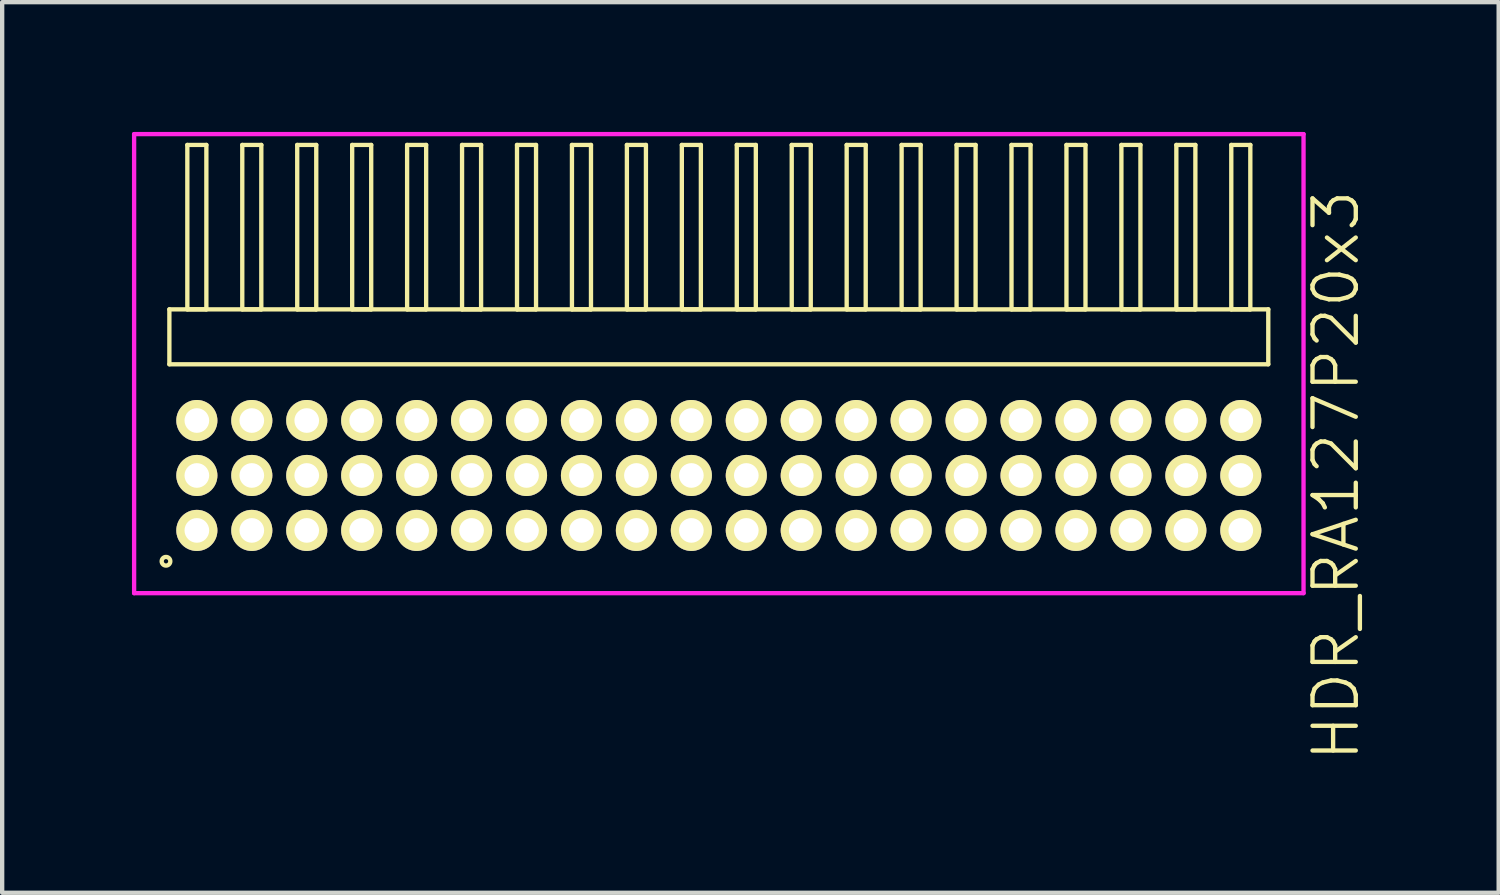
<source format=kicad_pcb>
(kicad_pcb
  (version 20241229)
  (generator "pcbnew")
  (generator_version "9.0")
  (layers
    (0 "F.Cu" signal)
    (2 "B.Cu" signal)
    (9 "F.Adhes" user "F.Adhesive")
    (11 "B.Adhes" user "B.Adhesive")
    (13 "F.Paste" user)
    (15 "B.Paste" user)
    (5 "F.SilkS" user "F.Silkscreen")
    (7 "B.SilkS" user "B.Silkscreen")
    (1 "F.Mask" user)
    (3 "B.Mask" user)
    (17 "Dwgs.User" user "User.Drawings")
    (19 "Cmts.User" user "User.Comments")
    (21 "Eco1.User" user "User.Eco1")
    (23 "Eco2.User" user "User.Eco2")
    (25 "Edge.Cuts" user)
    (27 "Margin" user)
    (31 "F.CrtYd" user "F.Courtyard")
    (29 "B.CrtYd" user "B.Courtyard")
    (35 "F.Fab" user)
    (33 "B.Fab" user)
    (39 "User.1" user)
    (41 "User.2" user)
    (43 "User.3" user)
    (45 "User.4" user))
  (footprint "HDR_RA127P20x3"
    (layer "F.Cu")
    (at 13.565 7.94)
    (property "Reference" "HDR_RA127P20x3" (at 14.265 0 90) (layer "F.SilkS") (effects (font (size 1 1) (thickness 0.1))))
    (attr through_hole)
    (fp_line (start -12.7 -3.84) (end -12.7 -2.57) (stroke (width 0.1) (type solid)) (layer "F.SilkS"))
    (fp_line (start -12.7 -2.57) (end 12.7 -2.57) (stroke (width 0.1) (type solid)) (layer "F.SilkS"))
    (fp_line (start -12.285 -7.64) (end -12.285 -3.84) (stroke (width 0.1) (type solid)) (layer "F.SilkS"))
    (fp_line (start -12.285 -3.84) (end -11.845 -3.84) (stroke (width 0.1) (type solid)) (layer "F.SilkS"))
    (fp_line (start -11.845 -7.64) (end -12.285 -7.64) (stroke (width 0.1) (type solid)) (layer "F.SilkS"))
    (fp_line (start -11.845 -3.84) (end -11.845 -7.64) (stroke (width 0.1) (type solid)) (layer "F.SilkS"))
    (fp_line (start -11.015 -7.64) (end -11.015 -3.84) (stroke (width 0.1) (type solid)) (layer "F.SilkS"))
    (fp_line (start -11.015 -3.84) (end -10.575 -3.84) (stroke (width 0.1) (type solid)) (layer "F.SilkS"))
    (fp_line (start -10.575 -7.64) (end -11.015 -7.64) (stroke (width 0.1) (type solid)) (layer "F.SilkS"))
    (fp_line (start -10.575 -3.84) (end -10.575 -7.64) (stroke (width 0.1) (type solid)) (layer "F.SilkS"))
    (fp_line (start -9.745 -7.64) (end -9.745 -3.84) (stroke (width 0.1) (type solid)) (layer "F.SilkS"))
    (fp_line (start -9.745 -3.84) (end -9.305 -3.84) (stroke (width 0.1) (type solid)) (layer "F.SilkS"))
    (fp_line (start -9.305 -7.64) (end -9.745 -7.64) (stroke (width 0.1) (type solid)) (layer "F.SilkS"))
    (fp_line (start -9.305 -3.84) (end -9.305 -7.64) (stroke (width 0.1) (type solid)) (layer "F.SilkS"))
    (fp_line (start -8.475 -7.64) (end -8.475 -3.84) (stroke (width 0.1) (type solid)) (layer "F.SilkS"))
    (fp_line (start -8.475 -3.84) (end -8.035 -3.84) (stroke (width 0.1) (type solid)) (layer "F.SilkS"))
    (fp_line (start -8.035 -7.64) (end -8.475 -7.64) (stroke (width 0.1) (type solid)) (layer "F.SilkS"))
    (fp_line (start -8.035 -3.84) (end -8.035 -7.64) (stroke (width 0.1) (type solid)) (layer "F.SilkS"))
    (fp_line (start -7.205 -7.64) (end -7.205 -3.84) (stroke (width 0.1) (type solid)) (layer "F.SilkS"))
    (fp_line (start -7.205 -3.84) (end -6.765 -3.84) (stroke (width 0.1) (type solid)) (layer "F.SilkS"))
    (fp_line (start -6.765 -7.64) (end -7.205 -7.64) (stroke (width 0.1) (type solid)) (layer "F.SilkS"))
    (fp_line (start -6.765 -3.84) (end -6.765 -7.64) (stroke (width 0.1) (type solid)) (layer "F.SilkS"))
    (fp_line (start -5.935 -7.64) (end -5.935 -3.84) (stroke (width 0.1) (type solid)) (layer "F.SilkS"))
    (fp_line (start -5.935 -3.84) (end -5.495 -3.84) (stroke (width 0.1) (type solid)) (layer "F.SilkS"))
    (fp_line (start -5.495 -7.64) (end -5.935 -7.64) (stroke (width 0.1) (type solid)) (layer "F.SilkS"))
    (fp_line (start -5.495 -3.84) (end -5.495 -7.64) (stroke (width 0.1) (type solid)) (layer "F.SilkS"))
    (fp_line (start -4.665 -7.64) (end -4.665 -3.84) (stroke (width 0.1) (type solid)) (layer "F.SilkS"))
    (fp_line (start -4.665 -3.84) (end -4.225 -3.84) (stroke (width 0.1) (type solid)) (layer "F.SilkS"))
    (fp_line (start -4.225 -7.64) (end -4.665 -7.64) (stroke (width 0.1) (type solid)) (layer "F.SilkS"))
    (fp_line (start -4.225 -3.84) (end -4.225 -7.64) (stroke (width 0.1) (type solid)) (layer "F.SilkS"))
    (fp_line (start -3.395 -7.64) (end -3.395 -3.84) (stroke (width 0.1) (type solid)) (layer "F.SilkS"))
    (fp_line (start -3.395 -3.84) (end -2.955 -3.84) (stroke (width 0.1) (type solid)) (layer "F.SilkS"))
    (fp_line (start -2.955 -7.64) (end -3.395 -7.64) (stroke (width 0.1) (type solid)) (layer "F.SilkS"))
    (fp_line (start -2.955 -3.84) (end -2.955 -7.64) (stroke (width 0.1) (type solid)) (layer "F.SilkS"))
    (fp_line (start -2.125 -7.64) (end -2.125 -3.84) (stroke (width 0.1) (type solid)) (layer "F.SilkS"))
    (fp_line (start -2.125 -3.84) (end -1.685 -3.84) (stroke (width 0.1) (type solid)) (layer "F.SilkS"))
    (fp_line (start -1.685 -7.64) (end -2.125 -7.64) (stroke (width 0.1) (type solid)) (layer "F.SilkS"))
    (fp_line (start -1.685 -3.84) (end -1.685 -7.64) (stroke (width 0.1) (type solid)) (layer "F.SilkS"))
    (fp_line (start -0.855 -7.64) (end -0.855 -3.84) (stroke (width 0.1) (type solid)) (layer "F.SilkS"))
    (fp_line (start -0.855 -3.84) (end -0.415 -3.84) (stroke (width 0.1) (type solid)) (layer "F.SilkS"))
    (fp_line (start -0.415 -7.64) (end -0.855 -7.64) (stroke (width 0.1) (type solid)) (layer "F.SilkS"))
    (fp_line (start -0.415 -3.84) (end -0.415 -7.64) (stroke (width 0.1) (type solid)) (layer "F.SilkS"))
    (fp_line (start 0.415 -7.64) (end 0.415 -3.84) (stroke (width 0.1) (type solid)) (layer "F.SilkS"))
    (fp_line (start 0.415 -3.84) (end 0.855 -3.84) (stroke (width 0.1) (type solid)) (layer "F.SilkS"))
    (fp_line (start 0.855 -7.64) (end 0.415 -7.64) (stroke (width 0.1) (type solid)) (layer "F.SilkS"))
    (fp_line (start 0.855 -3.84) (end 0.855 -7.64) (stroke (width 0.1) (type solid)) (layer "F.SilkS"))
    (fp_line (start 1.685 -7.64) (end 1.685 -3.84) (stroke (width 0.1) (type solid)) (layer "F.SilkS"))
    (fp_line (start 1.685 -3.84) (end 2.125 -3.84) (stroke (width 0.1) (type solid)) (layer "F.SilkS"))
    (fp_line (start 2.125 -7.64) (end 1.685 -7.64) (stroke (width 0.1) (type solid)) (layer "F.SilkS"))
    (fp_line (start 2.125 -3.84) (end 2.125 -7.64) (stroke (width 0.1) (type solid)) (layer "F.SilkS"))
    (fp_line (start 2.955 -7.64) (end 2.955 -3.84) (stroke (width 0.1) (type solid)) (layer "F.SilkS"))
    (fp_line (start 2.955 -3.84) (end 3.395 -3.84) (stroke (width 0.1) (type solid)) (layer "F.SilkS"))
    (fp_line (start 3.395 -7.64) (end 2.955 -7.64) (stroke (width 0.1) (type solid)) (layer "F.SilkS"))
    (fp_line (start 3.395 -3.84) (end 3.395 -7.64) (stroke (width 0.1) (type solid)) (layer "F.SilkS"))
    (fp_line (start 4.225 -7.64) (end 4.225 -3.84) (stroke (width 0.1) (type solid)) (layer "F.SilkS"))
    (fp_line (start 4.225 -3.84) (end 4.665 -3.84) (stroke (width 0.1) (type solid)) (layer "F.SilkS"))
    (fp_line (start 4.665 -7.64) (end 4.225 -7.64) (stroke (width 0.1) (type solid)) (layer "F.SilkS"))
    (fp_line (start 4.665 -3.84) (end 4.665 -7.64) (stroke (width 0.1) (type solid)) (layer "F.SilkS"))
    (fp_line (start 5.495 -7.64) (end 5.495 -3.84) (stroke (width 0.1) (type solid)) (layer "F.SilkS"))
    (fp_line (start 5.495 -3.84) (end 5.935 -3.84) (stroke (width 0.1) (type solid)) (layer "F.SilkS"))
    (fp_line (start 5.935 -7.64) (end 5.495 -7.64) (stroke (width 0.1) (type solid)) (layer "F.SilkS"))
    (fp_line (start 5.935 -3.84) (end 5.935 -7.64) (stroke (width 0.1) (type solid)) (layer "F.SilkS"))
    (fp_line (start 6.765 -7.64) (end 6.765 -3.84) (stroke (width 0.1) (type solid)) (layer "F.SilkS"))
    (fp_line (start 6.765 -3.84) (end 7.205 -3.84) (stroke (width 0.1) (type solid)) (layer "F.SilkS"))
    (fp_line (start 7.205 -7.64) (end 6.765 -7.64) (stroke (width 0.1) (type solid)) (layer "F.SilkS"))
    (fp_line (start 7.205 -3.84) (end 7.205 -7.64) (stroke (width 0.1) (type solid)) (layer "F.SilkS"))
    (fp_line (start 8.035 -7.64) (end 8.035 -3.84) (stroke (width 0.1) (type solid)) (layer "F.SilkS"))
    (fp_line (start 8.035 -3.84) (end 8.475 -3.84) (stroke (width 0.1) (type solid)) (layer "F.SilkS"))
    (fp_line (start 8.475 -7.64) (end 8.035 -7.64) (stroke (width 0.1) (type solid)) (layer "F.SilkS"))
    (fp_line (start 8.475 -3.84) (end 8.475 -7.64) (stroke (width 0.1) (type solid)) (layer "F.SilkS"))
    (fp_line (start 9.305 -7.64) (end 9.305 -3.84) (stroke (width 0.1) (type solid)) (layer "F.SilkS"))
    (fp_line (start 9.305 -3.84) (end 9.745 -3.84) (stroke (width 0.1) (type solid)) (layer "F.SilkS"))
    (fp_line (start 9.745 -7.64) (end 9.305 -7.64) (stroke (width 0.1) (type solid)) (layer "F.SilkS"))
    (fp_line (start 9.745 -3.84) (end 9.745 -7.64) (stroke (width 0.1) (type solid)) (layer "F.SilkS"))
    (fp_line (start 10.575 -7.64) (end 10.575 -3.84) (stroke (width 0.1) (type solid)) (layer "F.SilkS"))
    (fp_line (start 10.575 -3.84) (end 11.015 -3.84) (stroke (width 0.1) (type solid)) (layer "F.SilkS"))
    (fp_line (start 11.015 -7.64) (end 10.575 -7.64) (stroke (width 0.1) (type solid)) (layer "F.SilkS"))
    (fp_line (start 11.015 -3.84) (end 11.015 -7.64) (stroke (width 0.1) (type solid)) (layer "F.SilkS"))
    (fp_line (start 11.845 -7.64) (end 11.845 -3.84) (stroke (width 0.1) (type solid)) (layer "F.SilkS"))
    (fp_line (start 11.845 -3.84) (end 12.285 -3.84) (stroke (width 0.1) (type solid)) (layer "F.SilkS"))
    (fp_line (start 12.285 -7.64) (end 11.845 -7.64) (stroke (width 0.1) (type solid)) (layer "F.SilkS"))
    (fp_line (start 12.285 -3.84) (end 12.285 -7.64) (stroke (width 0.1) (type solid)) (layer "F.SilkS"))
    (fp_line (start 12.7 -3.84) (end -12.7 -3.84) (stroke (width 0.1) (type solid)) (layer "F.SilkS"))
    (fp_line (start 12.7 -2.57) (end 12.7 -3.84) (stroke (width 0.1) (type solid)) (layer "F.SilkS"))
    (fp_circle (center -12.778 1.983) (end -12.678 1.983) (stroke (width 0.1) (type solid)) (fill no) (layer "F.SilkS"))
    (fp_line (start -13.515 -7.89) (end -13.515 2.72) (stroke (width 0.1) (type solid)) (layer "F.CrtYd"))
    (fp_line (start -13.515 2.72) (end 13.515 2.72) (stroke (width 0.1) (type solid)) (layer "F.CrtYd"))
    (fp_line (start 13.515 -7.89) (end -13.515 -7.89) (stroke (width 0.1) (type solid)) (layer "F.CrtYd"))
    (fp_line (start 13.515 2.72) (end 13.515 -7.89) (stroke (width 0.1) (type solid)) (layer "F.CrtYd"))
    (pad "1" thru_hole oval (at -12.065 1.27) (size 0.95 0.95) (drill 0.57) (layers "*.Cu" "*.Mask" "F.SilkS"))
    (pad "2" thru_hole oval (at -12.065 0) (size 0.95 0.95) (drill 0.57) (layers "*.Cu" "*.Mask" "F.SilkS"))
    (pad "3" thru_hole oval (at -12.065 -1.27) (size 0.95 0.95) (drill 0.57) (layers "*.Cu" "*.Mask" "F.SilkS"))
    (pad "4" thru_hole oval (at -10.795 1.27) (size 0.95 0.95) (drill 0.57) (layers "*.Cu" "*.Mask" "F.SilkS"))
    (pad "5" thru_hole oval (at -10.795 0) (size 0.95 0.95) (drill 0.57) (layers "*.Cu" "*.Mask" "F.SilkS"))
    (pad "6" thru_hole oval (at -10.795 -1.27) (size 0.95 0.95) (drill 0.57) (layers "*.Cu" "*.Mask" "F.SilkS"))
    (pad "7" thru_hole oval (at -9.525 1.27) (size 0.95 0.95) (drill 0.57) (layers "*.Cu" "*.Mask" "F.SilkS"))
    (pad "8" thru_hole oval (at -9.525 0) (size 0.95 0.95) (drill 0.57) (layers "*.Cu" "*.Mask" "F.SilkS"))
    (pad "9" thru_hole oval (at -9.525 -1.27) (size 0.95 0.95) (drill 0.57) (layers "*.Cu" "*.Mask" "F.SilkS"))
    (pad "10" thru_hole oval (at -8.255 1.27) (size 0.95 0.95) (drill 0.57) (layers "*.Cu" "*.Mask" "F.SilkS"))
    (pad "11" thru_hole oval (at -8.255 0) (size 0.95 0.95) (drill 0.57) (layers "*.Cu" "*.Mask" "F.SilkS"))
    (pad "12" thru_hole oval (at -8.255 -1.27) (size 0.95 0.95) (drill 0.57) (layers "*.Cu" "*.Mask" "F.SilkS"))
    (pad "13" thru_hole oval (at -6.985 1.27) (size 0.95 0.95) (drill 0.57) (layers "*.Cu" "*.Mask" "F.SilkS"))
    (pad "14" thru_hole oval (at -6.985 0) (size 0.95 0.95) (drill 0.57) (layers "*.Cu" "*.Mask" "F.SilkS"))
    (pad "15" thru_hole oval (at -6.985 -1.27) (size 0.95 0.95) (drill 0.57) (layers "*.Cu" "*.Mask" "F.SilkS"))
    (pad "16" thru_hole oval (at -5.715 1.27) (size 0.95 0.95) (drill 0.57) (layers "*.Cu" "*.Mask" "F.SilkS"))
    (pad "17" thru_hole oval (at -5.715 0) (size 0.95 0.95) (drill 0.57) (layers "*.Cu" "*.Mask" "F.SilkS"))
    (pad "18" thru_hole oval (at -5.715 -1.27) (size 0.95 0.95) (drill 0.57) (layers "*.Cu" "*.Mask" "F.SilkS"))
    (pad "19" thru_hole oval (at -4.445 1.27) (size 0.95 0.95) (drill 0.57) (layers "*.Cu" "*.Mask" "F.SilkS"))
    (pad "20" thru_hole oval (at -4.445 0) (size 0.95 0.95) (drill 0.57) (layers "*.Cu" "*.Mask" "F.SilkS"))
    (pad "21" thru_hole oval (at -4.445 -1.27) (size 0.95 0.95) (drill 0.57) (layers "*.Cu" "*.Mask" "F.SilkS"))
    (pad "22" thru_hole oval (at -3.175 1.27) (size 0.95 0.95) (drill 0.57) (layers "*.Cu" "*.Mask" "F.SilkS"))
    (pad "23" thru_hole oval (at -3.175 0) (size 0.95 0.95) (drill 0.57) (layers "*.Cu" "*.Mask" "F.SilkS"))
    (pad "24" thru_hole oval (at -3.175 -1.27) (size 0.95 0.95) (drill 0.57) (layers "*.Cu" "*.Mask" "F.SilkS"))
    (pad "25" thru_hole oval (at -1.905 1.27) (size 0.95 0.95) (drill 0.57) (layers "*.Cu" "*.Mask" "F.SilkS"))
    (pad "26" thru_hole oval (at -1.905 0) (size 0.95 0.95) (drill 0.57) (layers "*.Cu" "*.Mask" "F.SilkS"))
    (pad "27" thru_hole oval (at -1.905 -1.27) (size 0.95 0.95) (drill 0.57) (layers "*.Cu" "*.Mask" "F.SilkS"))
    (pad "28" thru_hole oval (at -0.635 1.27) (size 0.95 0.95) (drill 0.57) (layers "*.Cu" "*.Mask" "F.SilkS"))
    (pad "29" thru_hole oval (at -0.635 0) (size 0.95 0.95) (drill 0.57) (layers "*.Cu" "*.Mask" "F.SilkS"))
    (pad "30" thru_hole oval (at -0.635 -1.27) (size 0.95 0.95) (drill 0.57) (layers "*.Cu" "*.Mask" "F.SilkS"))
    (pad "31" thru_hole oval (at 0.635 1.27) (size 0.95 0.95) (drill 0.57) (layers "*.Cu" "*.Mask" "F.SilkS"))
    (pad "32" thru_hole oval (at 0.635 0) (size 0.95 0.95) (drill 0.57) (layers "*.Cu" "*.Mask" "F.SilkS"))
    (pad "33" thru_hole oval (at 0.635 -1.27) (size 0.95 0.95) (drill 0.57) (layers "*.Cu" "*.Mask" "F.SilkS"))
    (pad "34" thru_hole oval (at 1.905 1.27) (size 0.95 0.95) (drill 0.57) (layers "*.Cu" "*.Mask" "F.SilkS"))
    (pad "35" thru_hole oval (at 1.905 0) (size 0.95 0.95) (drill 0.57) (layers "*.Cu" "*.Mask" "F.SilkS"))
    (pad "36" thru_hole oval (at 1.905 -1.27) (size 0.95 0.95) (drill 0.57) (layers "*.Cu" "*.Mask" "F.SilkS"))
    (pad "37" thru_hole oval (at 3.175 1.27) (size 0.95 0.95) (drill 0.57) (layers "*.Cu" "*.Mask" "F.SilkS"))
    (pad "38" thru_hole oval (at 3.175 0) (size 0.95 0.95) (drill 0.57) (layers "*.Cu" "*.Mask" "F.SilkS"))
    (pad "39" thru_hole oval (at 3.175 -1.27) (size 0.95 0.95) (drill 0.57) (layers "*.Cu" "*.Mask" "F.SilkS"))
    (pad "40" thru_hole oval (at 4.445 1.27) (size 0.95 0.95) (drill 0.57) (layers "*.Cu" "*.Mask" "F.SilkS"))
    (pad "41" thru_hole oval (at 4.445 0) (size 0.95 0.95) (drill 0.57) (layers "*.Cu" "*.Mask" "F.SilkS"))
    (pad "42" thru_hole oval (at 4.445 -1.27) (size 0.95 0.95) (drill 0.57) (layers "*.Cu" "*.Mask" "F.SilkS"))
    (pad "43" thru_hole oval (at 5.715 1.27) (size 0.95 0.95) (drill 0.57) (layers "*.Cu" "*.Mask" "F.SilkS"))
    (pad "44" thru_hole oval (at 5.715 0) (size 0.95 0.95) (drill 0.57) (layers "*.Cu" "*.Mask" "F.SilkS"))
    (pad "45" thru_hole oval (at 5.715 -1.27) (size 0.95 0.95) (drill 0.57) (layers "*.Cu" "*.Mask" "F.SilkS"))
    (pad "46" thru_hole oval (at 6.985 1.27) (size 0.95 0.95) (drill 0.57) (layers "*.Cu" "*.Mask" "F.SilkS"))
    (pad "47" thru_hole oval (at 6.985 0) (size 0.95 0.95) (drill 0.57) (layers "*.Cu" "*.Mask" "F.SilkS"))
    (pad "48" thru_hole oval (at 6.985 -1.27) (size 0.95 0.95) (drill 0.57) (layers "*.Cu" "*.Mask" "F.SilkS"))
    (pad "49" thru_hole oval (at 8.255 1.27) (size 0.95 0.95) (drill 0.57) (layers "*.Cu" "*.Mask" "F.SilkS"))
    (pad "50" thru_hole oval (at 8.255 0) (size 0.95 0.95) (drill 0.57) (layers "*.Cu" "*.Mask" "F.SilkS"))
    (pad "51" thru_hole oval (at 8.255 -1.27) (size 0.95 0.95) (drill 0.57) (layers "*.Cu" "*.Mask" "F.SilkS"))
    (pad "52" thru_hole oval (at 9.525 1.27) (size 0.95 0.95) (drill 0.57) (layers "*.Cu" "*.Mask" "F.SilkS"))
    (pad "53" thru_hole oval (at 9.525 0) (size 0.95 0.95) (drill 0.57) (layers "*.Cu" "*.Mask" "F.SilkS"))
    (pad "54" thru_hole oval (at 9.525 -1.27) (size 0.95 0.95) (drill 0.57) (layers "*.Cu" "*.Mask" "F.SilkS"))
    (pad "55" thru_hole oval (at 10.795 1.27) (size 0.95 0.95) (drill 0.57) (layers "*.Cu" "*.Mask" "F.SilkS"))
    (pad "56" thru_hole oval (at 10.795 0) (size 0.95 0.95) (drill 0.57) (layers "*.Cu" "*.Mask" "F.SilkS"))
    (pad "57" thru_hole oval (at 10.795 -1.27) (size 0.95 0.95) (drill 0.57) (layers "*.Cu" "*.Mask" "F.SilkS"))
    (pad "58" thru_hole oval (at 12.065 1.27) (size 0.95 0.95) (drill 0.57) (layers "*.Cu" "*.Mask" "F.SilkS"))
    (pad "59" thru_hole oval (at 12.065 0) (size 0.95 0.95) (drill 0.57) (layers "*.Cu" "*.Mask" "F.SilkS"))
    (pad "60" thru_hole oval (at 12.065 -1.27) (size 0.95 0.95) (drill 0.57) (layers "*.Cu" "*.Mask" "F.SilkS")))
  (gr_rect
    (start -3 -3)
    (end 31.59 17.585)
    (stroke (width 0.1) (type default))
    (fill no)
    (layer "Edge.Cuts")))
</source>
